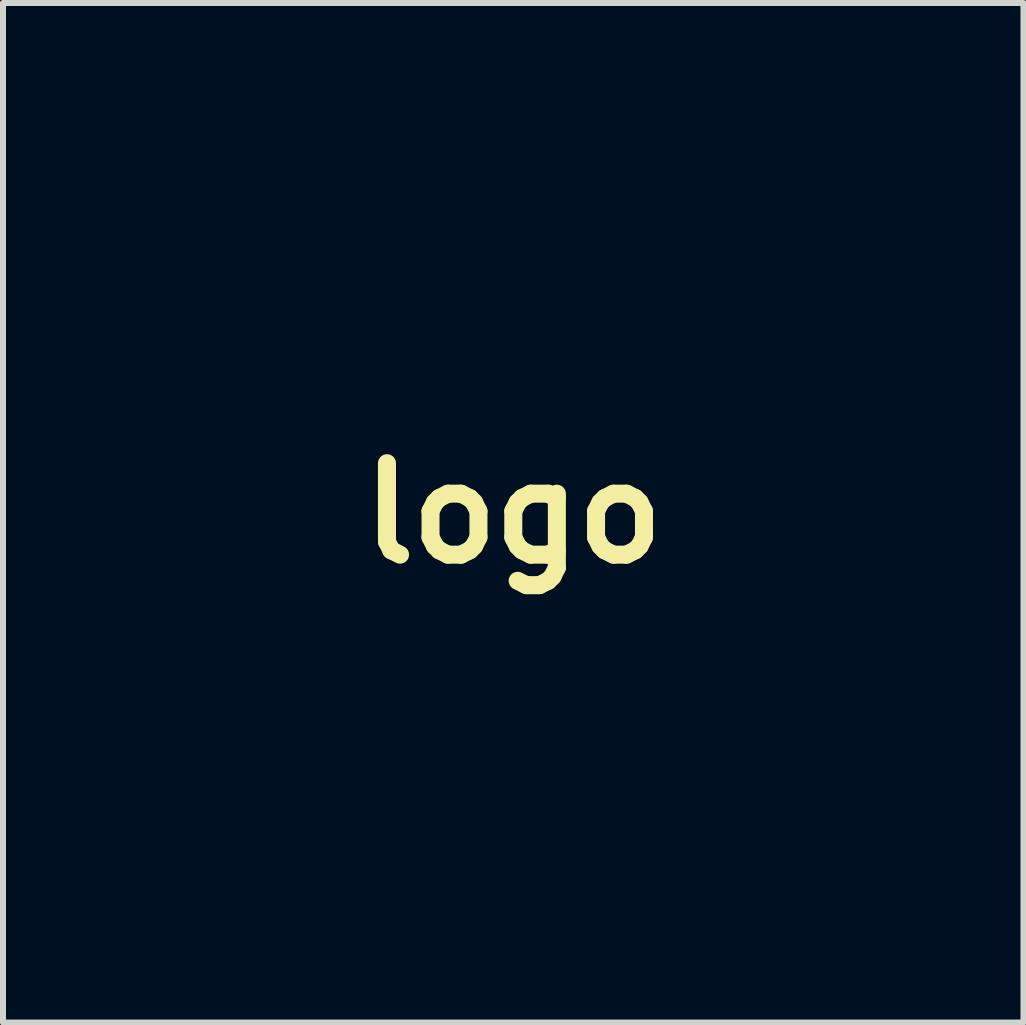
<source format=kicad_pcb>
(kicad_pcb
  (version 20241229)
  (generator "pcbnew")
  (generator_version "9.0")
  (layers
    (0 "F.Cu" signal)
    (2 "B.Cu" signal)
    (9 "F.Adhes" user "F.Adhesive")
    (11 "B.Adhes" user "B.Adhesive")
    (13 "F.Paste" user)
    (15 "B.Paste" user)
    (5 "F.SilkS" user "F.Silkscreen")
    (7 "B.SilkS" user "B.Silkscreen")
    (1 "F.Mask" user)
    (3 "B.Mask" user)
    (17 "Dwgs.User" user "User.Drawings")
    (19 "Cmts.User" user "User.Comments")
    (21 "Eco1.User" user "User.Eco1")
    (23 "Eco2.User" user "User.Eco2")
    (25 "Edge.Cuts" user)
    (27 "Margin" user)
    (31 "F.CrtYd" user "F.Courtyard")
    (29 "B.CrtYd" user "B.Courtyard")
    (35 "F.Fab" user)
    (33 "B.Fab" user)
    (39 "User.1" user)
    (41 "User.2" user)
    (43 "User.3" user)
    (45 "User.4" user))
  (footprint "logo"
    (layer "F.Cu")
    (at 5.502 5.502)
    (property "Reference" "logo" (at 0 0 0) (layer "F.SilkS") (effects (font (size 1.524 1.524) (thickness 0.3))))
    (attr through_hole)
    (fp_poly (pts (xy -3.257 3.256) (xy -2.125 4.389) (xy -2.249 4.517) (xy -2.324 4.591) (xy -2.379 4.637) (xy -2.393 4.645) (xy -2.422 4.62) (xy -2.497 4.549) (xy -2.613 4.437) (xy -2.764 4.289) (xy -2.945 4.11) (xy -3.15 3.906) (xy -3.375 3.682) (xy -3.538 3.52) (xy -4.662 2.395) (xy -4.39 2.123) (xy -3.257 3.256)) (stroke (width 0.01) (type solid)) (fill yes) (layer "F.Mask"))
    (fp_poly (pts (xy 4.363 -4.364) (xy 5.495 -3.231) (xy 5.371 -3.103) (xy 5.296 -3.029) (xy 5.241 -2.983) (xy 5.227 -2.975) (xy 5.198 -3) (xy 5.123 -3.071) (xy 5.007 -3.183) (xy 4.856 -3.331) (xy 4.675 -3.51) (xy 4.47 -3.714) (xy 4.245 -3.938) (xy 4.082 -4.1) (xy 2.958 -5.225) (xy 3.23 -5.497) (xy 4.363 -4.364)) (stroke (width 0.01) (type solid)) (fill yes) (layer "F.Mask"))
    (fp_poly (pts (xy -4.609 2.63) (xy -4.462 2.773) (xy -4.67 2.983) (xy -4.878 3.193) (xy -4.302 3.774) (xy -4.1 3.574) (xy -3.898 3.374) (xy -3.756 3.52) (xy -3.613 3.665) (xy -3.811 3.865) (xy -4.008 4.065) (xy -3.455 4.619) (xy -2.902 5.173) (xy -3.058 5.326) (xy -3.143 5.407) (xy -3.206 5.463) (xy -3.231 5.479) (xy -3.259 5.454) (xy -3.334 5.383) (xy -3.449 5.271) (xy -3.599 5.123) (xy -3.78 4.945) (xy -3.985 4.741) (xy -4.21 4.517) (xy -4.372 4.354) (xy -5.497 3.229) (xy -5.126 2.858) (xy -4.755 2.488) (xy -4.609 2.63)) (stroke (width 0.01) (type solid)) (fill yes) (layer "F.Mask"))
    (fp_poly (pts (xy 1.489 -2.766) (xy 1.573 -2.721) (xy 1.681 -2.638) (xy 1.821 -2.513) (xy 1.998 -2.339) (xy 2.05 -2.288) (xy 2.412 -1.923) (xy 2.143 -1.654) (xy 1.799 -1.991) (xy 1.632 -2.149) (xy 1.505 -2.253) (xy 1.415 -2.306) (xy 1.355 -2.31) (xy 1.322 -2.267) (xy 1.314 -2.231) (xy 1.328 -2.192) (xy 1.379 -2.121) (xy 1.469 -2.015) (xy 1.602 -1.871) (xy 1.781 -1.686) (xy 2.01 -1.455) (xy 2.085 -1.38) (xy 2.865 -0.601) (xy 2.732 -0.464) (xy 2.653 -0.387) (xy 2.595 -0.337) (xy 2.578 -0.327) (xy 2.548 -0.351) (xy 2.474 -0.422) (xy 2.36 -0.532) (xy 2.213 -0.675) (xy 2.039 -0.847) (xy 1.844 -1.041) (xy 1.678 -1.207) (xy 1.471 -1.415) (xy 1.281 -1.608) (xy 1.115 -1.779) (xy 0.977 -1.923) (xy 0.875 -2.033) (xy 0.814 -2.102) (xy 0.798 -2.125) (xy 0.822 -2.171) (xy 0.883 -2.244) (xy 0.92 -2.28) (xy 0.996 -2.35) (xy 1.043 -2.371) (xy 1.077 -2.353) (xy 1.087 -2.342) (xy 1.142 -2.292) (xy 1.169 -2.307) (xy 1.17 -2.389) (xy 1.168 -2.413) (xy 1.183 -2.563) (xy 1.257 -2.689) (xy 1.36 -2.764) (xy 1.42 -2.779) (xy 1.489 -2.766)) (stroke (width 0.01) (type solid)) (fill yes) (layer "F.Mask"))
    (fp_poly (pts (xy 3.322 -4.463) (xy 3.454 -4.389) (xy 3.612 -4.264) (xy 3.805 -4.084) (xy 3.82 -4.069) (xy 4.212 -3.687) (xy 3.984 -3.458) (xy 3.757 -3.229) (xy 4.064 -2.921) (xy 4.214 -2.775) (xy 4.325 -2.68) (xy 4.406 -2.63) (xy 4.468 -2.621) (xy 4.517 -2.648) (xy 4.537 -2.669) (xy 4.553 -2.702) (xy 4.54 -2.745) (xy 4.494 -2.809) (xy 4.405 -2.905) (xy 4.334 -2.978) (xy 4.084 -3.23) (xy 4.378 -3.524) (xy 4.633 -3.255) (xy 4.788 -3.077) (xy 4.883 -2.927) (xy 4.919 -2.794) (xy 4.896 -2.668) (xy 4.817 -2.538) (xy 4.719 -2.429) (xy 4.585 -2.312) (xy 4.469 -2.251) (xy 4.35 -2.239) (xy 4.264 -2.255) (xy 4.201 -2.29) (xy 4.096 -2.374) (xy 3.946 -2.508) (xy 3.752 -2.693) (xy 3.51 -2.931) (xy 3.42 -3.022) (xy 2.685 -3.76) (xy 2.685 -3.932) (xy 2.688 -3.991) (xy 3.057 -3.991) (xy 3.096 -3.913) (xy 3.183 -3.807) (xy 3.291 -3.694) (xy 3.535 -3.448) (xy 3.704 -3.607) (xy 3.433 -3.878) (xy 3.309 -4) (xy 3.224 -4.075) (xy 3.168 -4.111) (xy 3.129 -4.116) (xy 3.105 -4.102) (xy 3.062 -4.051) (xy 3.057 -3.991) (xy 2.688 -3.991) (xy 2.69 -4.03) (xy 2.713 -4.104) (xy 2.765 -4.179) (xy 2.859 -4.278) (xy 2.985 -4.392) (xy 3.097 -4.462) (xy 3.207 -4.486) (xy 3.322 -4.463)) (stroke (width 0.01) (type solid)) (fill yes) (layer "F.Mask"))
    (fp_poly (pts (xy -1.325 0.031) (xy -1.278 0.045) (xy -1.222 0.075) (xy -1.152 0.126) (xy -1.062 0.202) (xy -0.947 0.31) (xy -0.799 0.453) (xy -0.614 0.637) (xy -0.385 0.868) (xy -0.336 0.918) (xy -0.119 1.138) (xy 0.05 1.312) (xy 0.179 1.449) (xy 0.273 1.553) (xy 0.336 1.632) (xy 0.375 1.691) (xy 0.394 1.737) (xy 0.399 1.776) (xy 0.366 1.907) (xy 0.278 2.007) (xy 0.15 2.062) (xy 0.084 2.068) (xy -0.053 2.068) (xy 0.218 2.341) (xy 0.488 2.613) (xy 0.199 2.903) (xy -0.917 1.786) (xy -2.034 0.669) (xy -1.92 0.559) (xy -1.482 0.559) (xy -1.461 0.603) (xy -1.395 0.689) (xy -1.293 0.806) (xy -1.164 0.948) (xy -1.015 1.106) (xy -0.855 1.27) (xy -0.692 1.432) (xy -0.536 1.585) (xy -0.393 1.719) (xy -0.274 1.825) (xy -0.185 1.896) (xy -0.136 1.923) (xy -0.135 1.923) (xy -0.069 1.895) (xy -0.048 1.865) (xy -0.066 1.824) (xy -0.13 1.742) (xy -0.229 1.627) (xy -0.357 1.487) (xy -0.504 1.331) (xy -0.664 1.167) (xy -0.827 1.003) (xy -0.985 0.848) (xy -1.13 0.71) (xy -1.254 0.597) (xy -1.349 0.519) (xy -1.406 0.482) (xy -1.415 0.48) (xy -1.466 0.52) (xy -1.482 0.559) (xy -1.92 0.559) (xy -1.893 0.533) (xy -1.81 0.456) (xy -1.759 0.425) (xy -1.724 0.434) (xy -1.707 0.452) (xy -1.654 0.501) (xy -1.627 0.488) (xy -1.623 0.408) (xy -1.626 0.369) (xy -1.611 0.234) (xy -1.549 0.12) (xy -1.454 0.046) (xy -1.371 0.027) (xy -1.325 0.031)) (stroke (width 0.01) (type solid)) (fill yes) (layer "F.Mask"))
    (fp_poly (pts (xy -2.979 1.845) (xy -2.927 1.869) (xy -2.834 1.938) (xy -2.701 2.055) (xy -2.523 2.221) (xy -2.3 2.437) (xy -2.223 2.513) (xy -2.038 2.697) (xy -1.867 2.87) (xy -1.717 3.023) (xy -1.597 3.148) (xy -1.514 3.237) (xy -1.48 3.278) (xy -1.414 3.428) (xy -1.413 3.591) (xy -1.476 3.752) (xy -1.505 3.794) (xy -1.66 3.951) (xy -1.833 4.042) (xy -1.977 4.064) (xy -2.02 4.062) (xy -2.062 4.053) (xy -2.109 4.031) (xy -2.167 3.99) (xy -2.244 3.926) (xy -2.345 3.833) (xy -2.478 3.705) (xy -2.648 3.536) (xy -2.863 3.322) (xy -2.875 3.31) (xy -3.091 3.093) (xy -3.262 2.921) (xy -3.392 2.786) (xy -3.487 2.684) (xy -3.553 2.606) (xy -3.594 2.547) (xy -3.617 2.499) (xy -3.626 2.457) (xy -3.628 2.414) (xy -3.628 2.412) (xy -3.611 2.317) (xy -3.266 2.317) (xy -3.241 2.36) (xy -3.171 2.444) (xy -3.066 2.56) (xy -2.933 2.701) (xy -2.781 2.859) (xy -2.618 3.023) (xy -2.453 3.187) (xy -2.294 3.342) (xy -2.149 3.479) (xy -2.027 3.59) (xy -1.937 3.667) (xy -1.887 3.7) (xy -1.883 3.701) (xy -1.811 3.675) (xy -1.776 3.644) (xy -1.767 3.622) (xy -1.777 3.588) (xy -1.809 3.537) (xy -1.87 3.464) (xy -1.963 3.362) (xy -2.094 3.225) (xy -2.268 3.049) (xy -2.44 2.876) (xy -2.653 2.664) (xy -2.821 2.499) (xy -2.95 2.376) (xy -3.046 2.29) (xy -3.114 2.236) (xy -3.161 2.209) (xy -3.192 2.203) (xy -3.209 2.211) (xy -3.257 2.278) (xy -3.266 2.317) (xy -3.611 2.317) (xy -3.595 2.227) (xy -3.502 2.067) (xy -3.362 1.943) (xy -3.186 1.865) (xy -2.987 1.844) (xy -2.979 1.845)) (stroke (width 0.01) (type solid)) (fill yes) (layer "F.Mask"))
    (fp_poly (pts (xy -2.183 0.91) (xy -2.142 0.922) (xy -2.093 0.949) (xy -2.03 0.995) (xy -1.947 1.066) (xy -1.838 1.168) (xy -1.696 1.305) (xy -1.516 1.483) (xy -1.291 1.707) (xy -1.282 1.717) (xy -1.054 1.945) (xy -0.873 2.129) (xy -0.733 2.274) (xy -0.629 2.386) (xy -0.557 2.471) (xy -0.51 2.535) (xy -0.484 2.584) (xy -0.473 2.624) (xy -0.472 2.644) (xy -0.505 2.776) (xy -0.592 2.878) (xy -0.718 2.933) (xy -0.778 2.939) (xy -0.863 2.946) (xy -0.906 2.962) (xy -0.907 2.966) (xy -0.883 3.001) (xy -0.818 3.075) (xy -0.724 3.175) (xy -0.653 3.248) (xy -0.398 3.504) (xy -0.536 3.638) (xy -0.673 3.772) (xy -1.789 2.656) (xy -2.904 1.54) (xy -2.809 1.448) (xy -2.353 1.448) (xy -2.348 1.484) (xy -2.321 1.535) (xy -2.267 1.607) (xy -2.18 1.707) (xy -2.055 1.839) (xy -1.886 2.011) (xy -1.735 2.164) (xy -1.516 2.38) (xy -1.342 2.547) (xy -1.206 2.668) (xy -1.103 2.748) (xy -1.028 2.789) (xy -0.975 2.797) (xy -0.939 2.773) (xy -0.919 2.736) (xy -0.937 2.695) (xy -1 2.613) (xy -1.1 2.498) (xy -1.228 2.358) (xy -1.375 2.202) (xy -1.535 2.037) (xy -1.698 1.874) (xy -1.856 1.719) (xy -2.001 1.581) (xy -2.125 1.468) (xy -2.22 1.389) (xy -2.277 1.353) (xy -2.286 1.351) (xy -2.333 1.391) (xy -2.353 1.448) (xy -2.809 1.448) (xy -2.766 1.405) (xy -2.684 1.329) (xy -2.634 1.297) (xy -2.597 1.305) (xy -2.566 1.332) (xy -2.527 1.366) (xy -2.509 1.354) (xy -2.504 1.285) (xy -2.504 1.246) (xy -2.478 1.087) (xy -2.404 0.974) (xy -2.289 0.914) (xy -2.222 0.907) (xy -2.183 0.91)) (stroke (width 0.01) (type solid)) (fill yes) (layer "F.Mask"))
    (fp_poly (pts (xy 0.243 -2.197) (xy 0.296 -2.165) (xy 0.392 -2.087) (xy 0.523 -1.971) (xy 0.681 -1.824) (xy 0.86 -1.654) (xy 1.052 -1.468) (xy 1.25 -1.274) (xy 1.445 -1.078) (xy 1.632 -0.887) (xy 1.801 -0.71) (xy 1.947 -0.554) (xy 2.061 -0.426) (xy 2.137 -0.333) (xy 2.164 -0.29) (xy 2.199 -0.118) (xy 2.166 0.059) (xy 2.082 0.208) (xy 1.923 0.376) (xy 1.75 0.484) (xy 1.573 0.529) (xy 1.4 0.507) (xy 1.343 0.483) (xy 1.28 0.439) (xy 1.175 0.35) (xy 1.036 0.225) (xy 0.871 0.071) (xy 0.688 -0.104) (xy 0.496 -0.292) (xy 0.302 -0.484) (xy 0.114 -0.673) (xy -0.059 -0.851) (xy -0.21 -1.009) (xy -0.33 -1.141) (xy -0.412 -1.238) (xy -0.437 -1.272) (xy -0.523 -1.45) (xy -0.544 -1.582) (xy -0.529 -1.666) (xy -0.131 -1.666) (xy -0.131 -1.609) (xy -0.098 -1.561) (xy -0.021 -1.471) (xy 0.093 -1.348) (xy 0.236 -1.199) (xy 0.401 -1.031) (xy 0.581 -0.851) (xy 0.767 -0.668) (xy 0.952 -0.488) (xy 1.128 -0.319) (xy 1.289 -0.168) (xy 1.426 -0.043) (xy 1.532 0.049) (xy 1.6 0.1) (xy 1.618 0.109) (xy 1.701 0.088) (xy 1.734 0.065) (xy 1.772 -0.006) (xy 1.778 -0.049) (xy 1.753 -0.091) (xy 1.684 -0.175) (xy 1.577 -0.295) (xy 1.441 -0.442) (xy 1.283 -0.61) (xy 1.109 -0.791) (xy 0.928 -0.977) (xy 0.747 -1.16) (xy 0.573 -1.333) (xy 0.414 -1.488) (xy 0.277 -1.618) (xy 0.17 -1.715) (xy 0.1 -1.772) (xy 0.087 -1.78) (xy 0.015 -1.808) (xy -0.04 -1.787) (xy -0.078 -1.753) (xy -0.131 -1.666) (xy -0.529 -1.666) (xy -0.511 -1.772) (xy -0.419 -1.94) (xy -0.281 -2.076) (xy -0.113 -2.17) (xy 0.075 -2.212) (xy 0.243 -2.197)) (stroke (width 0.01) (type solid)) (fill yes) (layer "F.Mask"))
    (fp_poly (pts (xy -0.365 -0.926) (xy -0.33 -0.89) (xy -0.261 -0.808) (xy -0.169 -0.692) (xy -0.061 -0.555) (xy 0.051 -0.408) (xy 0.158 -0.265) (xy 0.251 -0.137) (xy 0.272 -0.108) (xy 0.32 -0.043) (xy 0.403 0.066) (xy 0.509 0.206) (xy 0.629 0.363) (xy 0.671 0.418) (xy 0.792 0.574) (xy 0.9 0.716) (xy 0.986 0.83) (xy 1.041 0.905) (xy 1.052 0.92) (xy 1.104 0.991) (xy 1.181 1.093) (xy 1.241 1.172) (xy 1.352 1.341) (xy 1.401 1.487) (xy 1.389 1.618) (xy 1.34 1.713) (xy 1.263 1.818) (xy 1.18 1.917) (xy 1.107 1.993) (xy 1.058 2.031) (xy 1.052 2.032) (xy 1.015 2.008) (xy 0.951 1.949) (xy 0.932 1.93) (xy 0.86 1.847) (xy 0.841 1.788) (xy 0.873 1.726) (xy 0.916 1.677) (xy 0.998 1.589) (xy 0.835 1.443) (xy 0.723 1.348) (xy 0.613 1.261) (xy 0.557 1.22) (xy 0.499 1.179) (xy 0.392 1.1) (xy 0.243 0.99) (xy 0.063 0.855) (xy -0.141 0.702) (xy -0.36 0.537) (xy -0.397 0.51) (xy -1.236 -0.123) (xy -0.951 -0.409) (xy -0.829 -0.325) (xy -0.74 -0.259) (xy -0.622 -0.166) (xy -0.498 -0.063) (xy -0.49 -0.056) (xy -0.353 0.058) (xy -0.207 0.178) (xy -0.091 0.271) (xy 0.016 0.36) (xy 0.152 0.481) (xy 0.297 0.613) (xy 0.369 0.683) (xy 0.487 0.791) (xy 0.588 0.876) (xy 0.66 0.928) (xy 0.688 0.938) (xy 0.679 0.908) (xy 0.627 0.834) (xy 0.539 0.724) (xy 0.424 0.587) (xy 0.307 0.453) (xy 0.15 0.276) (xy -0.006 0.094) (xy -0.149 -0.075) (xy -0.264 -0.215) (xy -0.311 -0.276) (xy -0.406 -0.398) (xy -0.489 -0.5) (xy -0.549 -0.567) (xy -0.562 -0.58) (xy -0.609 -0.648) (xy -0.617 -0.687) (xy -0.593 -0.75) (xy -0.535 -0.824) (xy -0.463 -0.889) (xy -0.397 -0.927) (xy -0.365 -0.926)) (stroke (width 0.01) (type solid)) (fill yes) (layer "F.Mask"))
    (fp_poly (pts (xy 3.375 -2.701) (xy 3.63 -2.445) (xy 3.838 -2.235) (xy 4.004 -2.066) (xy 4.133 -1.932) (xy 4.23 -1.828) (xy 4.299 -1.748) (xy 4.344 -1.686) (xy 4.372 -1.638) (xy 4.385 -1.599) (xy 4.39 -1.562) (xy 4.391 -1.533) (xy 4.356 -1.346) (xy 4.257 -1.179) (xy 4.103 -1.045) (xy 4.084 -1.033) (xy 3.953 -0.968) (xy 3.846 -0.951) (xy 3.732 -0.977) (xy 3.683 -0.998) (xy 3.589 -1.055) (xy 3.486 -1.14) (xy 3.456 -1.169) (xy 3.338 -1.292) (xy 3.482 -1.432) (xy 3.625 -1.572) (xy 3.775 -1.437) (xy 3.885 -1.349) (xy 3.959 -1.321) (xy 4.004 -1.352) (xy 4.022 -1.414) (xy 4.013 -1.473) (xy 3.966 -1.551) (xy 3.874 -1.658) (xy 3.805 -1.728) (xy 3.675 -1.856) (xy 3.587 -1.93) (xy 3.538 -1.954) (xy 3.523 -1.93) (xy 3.531 -1.884) (xy 3.53 -1.757) (xy 3.475 -1.635) (xy 3.378 -1.55) (xy 3.361 -1.542) (xy 3.276 -1.515) (xy 3.202 -1.524) (xy 3.121 -1.561) (xy 3.052 -1.61) (xy 2.945 -1.701) (xy 2.809 -1.825) (xy 2.653 -1.974) (xy 2.486 -2.139) (xy 2.317 -2.311) (xy 2.153 -2.481) (xy 2.004 -2.64) (xy 1.878 -2.78) (xy 1.784 -2.892) (xy 1.731 -2.966) (xy 1.722 -2.985) (xy 1.725 -3.108) (xy 1.738 -3.132) (xy 2.183 -3.132) (xy 2.196 -3.076) (xy 2.247 -2.994) (xy 2.342 -2.879) (xy 2.483 -2.727) (xy 2.674 -2.532) (xy 2.691 -2.516) (xy 2.89 -2.319) (xy 3.047 -2.172) (xy 3.165 -2.073) (xy 3.251 -2.017) (xy 3.31 -2.002) (xy 3.348 -2.024) (xy 3.368 -2.079) (xy 3.369 -2.082) (xy 3.348 -2.131) (xy 3.283 -2.218) (xy 3.183 -2.336) (xy 3.057 -2.472) (xy 2.915 -2.62) (xy 2.767 -2.767) (xy 2.621 -2.906) (xy 2.488 -3.027) (xy 2.377 -3.12) (xy 2.297 -3.176) (xy 2.263 -3.187) (xy 2.207 -3.167) (xy 2.183 -3.132) (xy 1.738 -3.132) (xy 1.784 -3.217) (xy 1.883 -3.296) (xy 2.007 -3.33) (xy 2.073 -3.325) (xy 2.155 -3.32) (xy 2.174 -3.348) (xy 2.133 -3.404) (xy 2.118 -3.442) (xy 2.145 -3.497) (xy 2.223 -3.582) (xy 2.225 -3.584) (xy 2.36 -3.719) (xy 3.375 -2.701)) (stroke (width 0.01) (type solid)) (fill yes) (layer "F.Mask")))
  (gr_rect
    (start -3 -3)
    (end 14.002 13.986)
    (stroke (width 0.1) (type default))
    (fill no)
    (layer "Edge.Cuts")))
</source>
